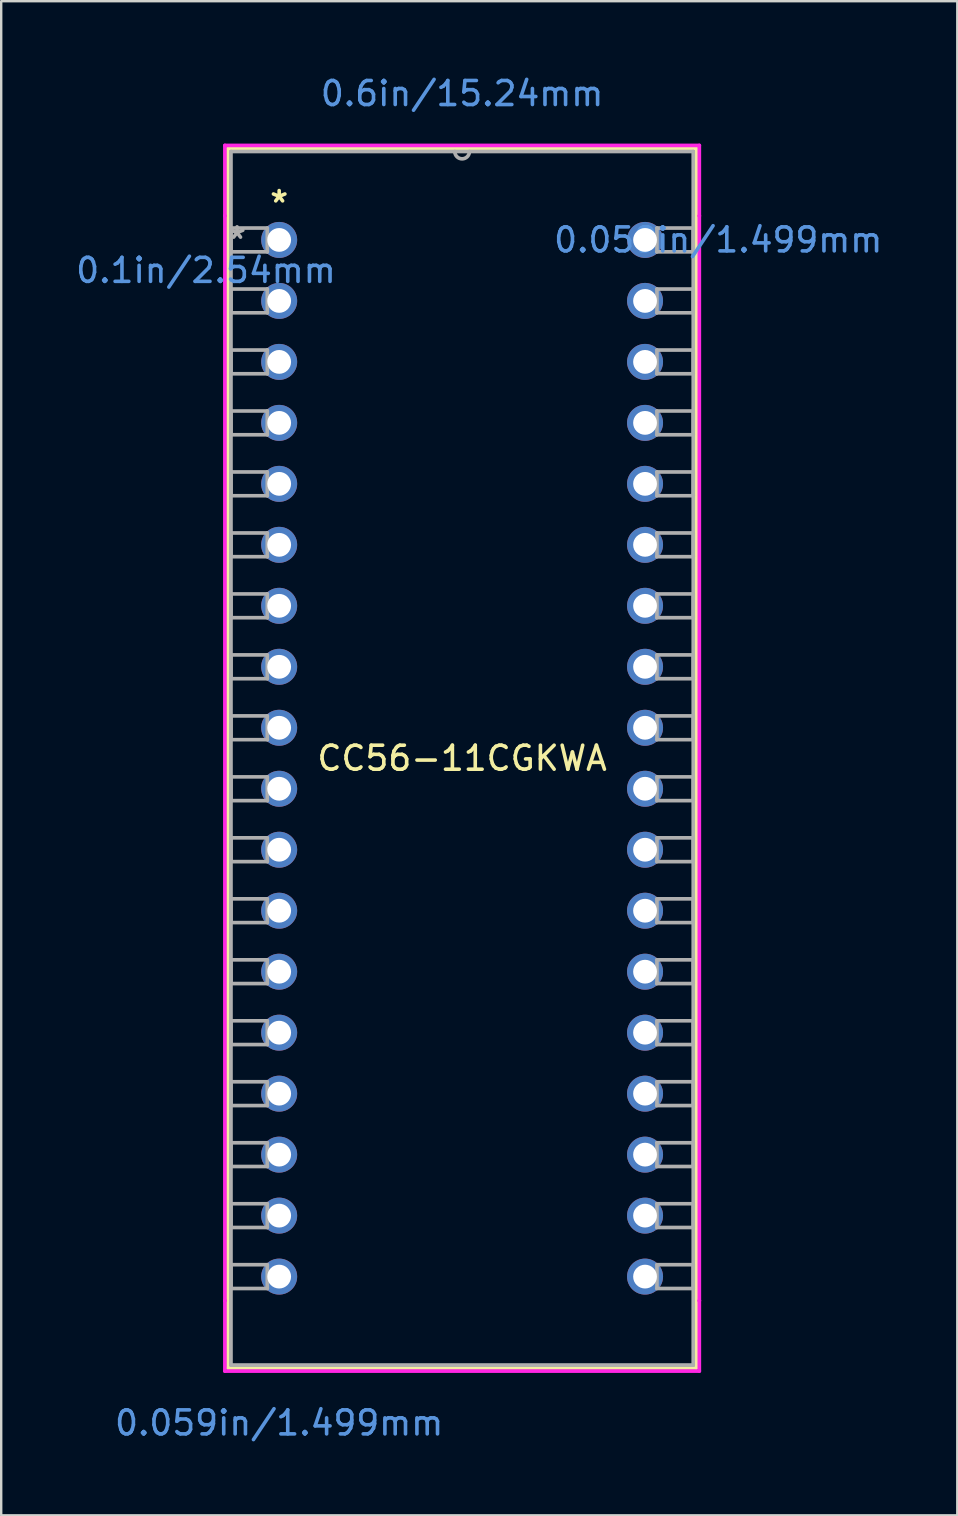
<source format=kicad_pcb>
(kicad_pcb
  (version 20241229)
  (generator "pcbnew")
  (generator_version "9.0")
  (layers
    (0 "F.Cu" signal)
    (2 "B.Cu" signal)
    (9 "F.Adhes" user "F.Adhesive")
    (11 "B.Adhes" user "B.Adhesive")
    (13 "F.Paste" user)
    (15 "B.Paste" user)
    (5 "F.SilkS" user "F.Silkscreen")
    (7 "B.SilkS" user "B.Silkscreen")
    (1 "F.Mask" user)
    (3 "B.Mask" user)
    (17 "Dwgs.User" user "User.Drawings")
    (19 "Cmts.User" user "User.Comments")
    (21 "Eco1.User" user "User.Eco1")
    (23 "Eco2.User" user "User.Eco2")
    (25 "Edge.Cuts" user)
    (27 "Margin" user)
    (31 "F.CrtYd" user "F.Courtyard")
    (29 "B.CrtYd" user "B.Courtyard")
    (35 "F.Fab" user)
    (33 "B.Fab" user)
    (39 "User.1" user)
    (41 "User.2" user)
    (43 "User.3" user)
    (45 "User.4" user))
  (footprint "CC56-11CGKWA"
    (layer "F.Cu")
    (at 8.578 6.944)
    (property "Reference" "CC56-11CGKWA" (at 7.62 21.59 0) (layer "F.SilkS") (effects (font (size 1 1) (thickness 0.15))))
    (attr through_hole)
    (fp_line (start -2.134 -3.81) (end -2.134 46.99) (stroke (width 0.152) (type solid)) (layer "F.SilkS"))
    (fp_line (start -2.134 46.99) (end 17.374 46.99) (stroke (width 0.152) (type solid)) (layer "F.SilkS"))
    (fp_line (start 17.374 -3.81) (end -2.134 -3.81) (stroke (width 0.152) (type solid)) (layer "F.SilkS"))
    (fp_line (start 17.374 46.99) (end 17.374 -3.81) (stroke (width 0.152) (type solid)) (layer "F.SilkS"))
    (fp_line (start -2.261 -3.937) (end 17.501 -3.937) (stroke (width 0.152) (type solid)) (layer "F.CrtYd"))
    (fp_line (start -2.261 -1.003) (end -2.261 -3.937) (stroke (width 0.152) (type solid)) (layer "F.CrtYd"))
    (fp_line (start -2.261 -1.003) (end -2.261 -1.003) (stroke (width 0.152) (type solid)) (layer "F.CrtYd"))
    (fp_line (start -2.261 44.183) (end -2.261 -1.003) (stroke (width 0.152) (type solid)) (layer "F.CrtYd"))
    (fp_line (start -2.261 44.183) (end -2.261 44.183) (stroke (width 0.152) (type solid)) (layer "F.CrtYd"))
    (fp_line (start -2.261 47.117) (end -2.261 44.183) (stroke (width 0.152) (type solid)) (layer "F.CrtYd"))
    (fp_line (start 17.501 -3.937) (end 17.501 -1.003) (stroke (width 0.152) (type solid)) (layer "F.CrtYd"))
    (fp_line (start 17.501 -1.003) (end 17.501 -1.003) (stroke (width 0.152) (type solid)) (layer "F.CrtYd"))
    (fp_line (start 17.501 -1.003) (end 17.501 44.183) (stroke (width 0.152) (type solid)) (layer "F.CrtYd"))
    (fp_line (start 17.501 44.183) (end 17.501 44.183) (stroke (width 0.152) (type solid)) (layer "F.CrtYd"))
    (fp_line (start 17.501 44.183) (end 17.501 47.117) (stroke (width 0.152) (type solid)) (layer "F.CrtYd"))
    (fp_line (start 17.501 47.117) (end -2.261 47.117) (stroke (width 0.152) (type solid)) (layer "F.CrtYd"))
    (fp_line (start -2.007 -3.683) (end -2.007 46.863) (stroke (width 0.152) (type solid)) (layer "F.Fab"))
    (fp_line (start -2.007 -0.495) (end -0.495 -0.495) (stroke (width 0.152) (type solid)) (layer "F.Fab"))
    (fp_line (start -2.007 0.495) (end -2.007 -0.495) (stroke (width 0.152) (type solid)) (layer "F.Fab"))
    (fp_line (start -2.007 2.045) (end -0.495 2.045) (stroke (width 0.152) (type solid)) (layer "F.Fab"))
    (fp_line (start -2.007 3.035) (end -2.007 2.045) (stroke (width 0.152) (type solid)) (layer "F.Fab"))
    (fp_line (start -2.007 4.585) (end -0.495 4.585) (stroke (width 0.152) (type solid)) (layer "F.Fab"))
    (fp_line (start -2.007 5.575) (end -2.007 4.585) (stroke (width 0.152) (type solid)) (layer "F.Fab"))
    (fp_line (start -2.007 7.125) (end -0.495 7.125) (stroke (width 0.152) (type solid)) (layer "F.Fab"))
    (fp_line (start -2.007 8.115) (end -2.007 7.125) (stroke (width 0.152) (type solid)) (layer "F.Fab"))
    (fp_line (start -2.007 9.665) (end -0.495 9.665) (stroke (width 0.152) (type solid)) (layer "F.Fab"))
    (fp_line (start -2.007 10.655) (end -2.007 9.665) (stroke (width 0.152) (type solid)) (layer "F.Fab"))
    (fp_line (start -2.007 12.205) (end -0.495 12.205) (stroke (width 0.152) (type solid)) (layer "F.Fab"))
    (fp_line (start -2.007 13.195) (end -2.007 12.205) (stroke (width 0.152) (type solid)) (layer "F.Fab"))
    (fp_line (start -2.007 14.745) (end -0.495 14.745) (stroke (width 0.152) (type solid)) (layer "F.Fab"))
    (fp_line (start -2.007 15.735) (end -2.007 14.745) (stroke (width 0.152) (type solid)) (layer "F.Fab"))
    (fp_line (start -2.007 17.285) (end -0.495 17.285) (stroke (width 0.152) (type solid)) (layer "F.Fab"))
    (fp_line (start -2.007 18.275) (end -2.007 17.285) (stroke (width 0.152) (type solid)) (layer "F.Fab"))
    (fp_line (start -2.007 19.825) (end -0.495 19.825) (stroke (width 0.152) (type solid)) (layer "F.Fab"))
    (fp_line (start -2.007 20.815) (end -2.007 19.825) (stroke (width 0.152) (type solid)) (layer "F.Fab"))
    (fp_line (start -2.007 22.365) (end -0.495 22.365) (stroke (width 0.152) (type solid)) (layer "F.Fab"))
    (fp_line (start -2.007 23.355) (end -2.007 22.365) (stroke (width 0.152) (type solid)) (layer "F.Fab"))
    (fp_line (start -2.007 24.905) (end -0.495 24.905) (stroke (width 0.152) (type solid)) (layer "F.Fab"))
    (fp_line (start -2.007 25.895) (end -2.007 24.905) (stroke (width 0.152) (type solid)) (layer "F.Fab"))
    (fp_line (start -2.007 27.445) (end -0.495 27.445) (stroke (width 0.152) (type solid)) (layer "F.Fab"))
    (fp_line (start -2.007 28.435) (end -2.007 27.445) (stroke (width 0.152) (type solid)) (layer "F.Fab"))
    (fp_line (start -2.007 29.985) (end -0.495 29.985) (stroke (width 0.152) (type solid)) (layer "F.Fab"))
    (fp_line (start -2.007 30.975) (end -2.007 29.985) (stroke (width 0.152) (type solid)) (layer "F.Fab"))
    (fp_line (start -2.007 32.525) (end -0.495 32.525) (stroke (width 0.152) (type solid)) (layer "F.Fab"))
    (fp_line (start -2.007 33.515) (end -2.007 32.525) (stroke (width 0.152) (type solid)) (layer "F.Fab"))
    (fp_line (start -2.007 35.065) (end -0.495 35.065) (stroke (width 0.152) (type solid)) (layer "F.Fab"))
    (fp_line (start -2.007 36.055) (end -2.007 35.065) (stroke (width 0.152) (type solid)) (layer "F.Fab"))
    (fp_line (start -2.007 37.605) (end -0.495 37.605) (stroke (width 0.152) (type solid)) (layer "F.Fab"))
    (fp_line (start -2.007 38.595) (end -2.007 37.605) (stroke (width 0.152) (type solid)) (layer "F.Fab"))
    (fp_line (start -2.007 40.145) (end -0.495 40.145) (stroke (width 0.152) (type solid)) (layer "F.Fab"))
    (fp_line (start -2.007 41.135) (end -2.007 40.145) (stroke (width 0.152) (type solid)) (layer "F.Fab"))
    (fp_line (start -2.007 42.685) (end -0.495 42.685) (stroke (width 0.152) (type solid)) (layer "F.Fab"))
    (fp_line (start -2.007 43.675) (end -2.007 42.685) (stroke (width 0.152) (type solid)) (layer "F.Fab"))
    (fp_line (start -2.007 46.863) (end 17.247 46.863) (stroke (width 0.152) (type solid)) (layer "F.Fab"))
    (fp_line (start -0.495 -0.495) (end -0.495 0.495) (stroke (width 0.152) (type solid)) (layer "F.Fab"))
    (fp_line (start -0.495 0.495) (end -2.007 0.495) (stroke (width 0.152) (type solid)) (layer "F.Fab"))
    (fp_line (start -0.495 2.045) (end -0.495 3.035) (stroke (width 0.152) (type solid)) (layer "F.Fab"))
    (fp_line (start -0.495 3.035) (end -2.007 3.035) (stroke (width 0.152) (type solid)) (layer "F.Fab"))
    (fp_line (start -0.495 4.585) (end -0.495 5.575) (stroke (width 0.152) (type solid)) (layer "F.Fab"))
    (fp_line (start -0.495 5.575) (end -2.007 5.575) (stroke (width 0.152) (type solid)) (layer "F.Fab"))
    (fp_line (start -0.495 7.125) (end -0.495 8.115) (stroke (width 0.152) (type solid)) (layer "F.Fab"))
    (fp_line (start -0.495 8.115) (end -2.007 8.115) (stroke (width 0.152) (type solid)) (layer "F.Fab"))
    (fp_line (start -0.495 9.665) (end -0.495 10.655) (stroke (width 0.152) (type solid)) (layer "F.Fab"))
    (fp_line (start -0.495 10.655) (end -2.007 10.655) (stroke (width 0.152) (type solid)) (layer "F.Fab"))
    (fp_line (start -0.495 12.205) (end -0.495 13.195) (stroke (width 0.152) (type solid)) (layer "F.Fab"))
    (fp_line (start -0.495 13.195) (end -2.007 13.195) (stroke (width 0.152) (type solid)) (layer "F.Fab"))
    (fp_line (start -0.495 14.745) (end -0.495 15.735) (stroke (width 0.152) (type solid)) (layer "F.Fab"))
    (fp_line (start -0.495 15.735) (end -2.007 15.735) (stroke (width 0.152) (type solid)) (layer "F.Fab"))
    (fp_line (start -0.495 17.285) (end -0.495 18.275) (stroke (width 0.152) (type solid)) (layer "F.Fab"))
    (fp_line (start -0.495 18.275) (end -2.007 18.275) (stroke (width 0.152) (type solid)) (layer "F.Fab"))
    (fp_line (start -0.495 19.825) (end -0.495 20.815) (stroke (width 0.152) (type solid)) (layer "F.Fab"))
    (fp_line (start -0.495 20.815) (end -2.007 20.815) (stroke (width 0.152) (type solid)) (layer "F.Fab"))
    (fp_line (start -0.495 22.365) (end -0.495 23.355) (stroke (width 0.152) (type solid)) (layer "F.Fab"))
    (fp_line (start -0.495 23.355) (end -2.007 23.355) (stroke (width 0.152) (type solid)) (layer "F.Fab"))
    (fp_line (start -0.495 24.905) (end -0.495 25.895) (stroke (width 0.152) (type solid)) (layer "F.Fab"))
    (fp_line (start -0.495 25.895) (end -2.007 25.895) (stroke (width 0.152) (type solid)) (layer "F.Fab"))
    (fp_line (start -0.495 27.445) (end -0.495 28.435) (stroke (width 0.152) (type solid)) (layer "F.Fab"))
    (fp_line (start -0.495 28.435) (end -2.007 28.435) (stroke (width 0.152) (type solid)) (layer "F.Fab"))
    (fp_line (start -0.495 29.985) (end -0.495 30.975) (stroke (width 0.152) (type solid)) (layer "F.Fab"))
    (fp_line (start -0.495 30.975) (end -2.007 30.975) (stroke (width 0.152) (type solid)) (layer "F.Fab"))
    (fp_line (start -0.495 32.525) (end -0.495 33.515) (stroke (width 0.152) (type solid)) (layer "F.Fab"))
    (fp_line (start -0.495 33.515) (end -2.007 33.515) (stroke (width 0.152) (type solid)) (layer "F.Fab"))
    (fp_line (start -0.495 35.065) (end -0.495 36.055) (stroke (width 0.152) (type solid)) (layer "F.Fab"))
    (fp_line (start -0.495 36.055) (end -2.007 36.055) (stroke (width 0.152) (type solid)) (layer "F.Fab"))
    (fp_line (start -0.495 37.605) (end -0.495 38.595) (stroke (width 0.152) (type solid)) (layer "F.Fab"))
    (fp_line (start -0.495 38.595) (end -2.007 38.595) (stroke (width 0.152) (type solid)) (layer "F.Fab"))
    (fp_line (start -0.495 40.145) (end -0.495 41.135) (stroke (width 0.152) (type solid)) (layer "F.Fab"))
    (fp_line (start -0.495 41.135) (end -2.007 41.135) (stroke (width 0.152) (type solid)) (layer "F.Fab"))
    (fp_line (start -0.495 42.685) (end -0.495 43.675) (stroke (width 0.152) (type solid)) (layer "F.Fab"))
    (fp_line (start -0.495 43.675) (end -2.007 43.675) (stroke (width 0.152) (type solid)) (layer "F.Fab"))
    (fp_line (start 15.735 -0.495) (end 17.247 -0.495) (stroke (width 0.152) (type solid)) (layer "F.Fab"))
    (fp_line (start 15.735 0.495) (end 15.735 -0.495) (stroke (width 0.152) (type solid)) (layer "F.Fab"))
    (fp_line (start 15.735 2.045) (end 17.247 2.045) (stroke (width 0.152) (type solid)) (layer "F.Fab"))
    (fp_line (start 15.735 3.035) (end 15.735 2.045) (stroke (width 0.152) (type solid)) (layer "F.Fab"))
    (fp_line (start 15.735 4.585) (end 17.247 4.585) (stroke (width 0.152) (type solid)) (layer "F.Fab"))
    (fp_line (start 15.735 5.575) (end 15.735 4.585) (stroke (width 0.152) (type solid)) (layer "F.Fab"))
    (fp_line (start 15.735 7.125) (end 17.247 7.125) (stroke (width 0.152) (type solid)) (layer "F.Fab"))
    (fp_line (start 15.735 8.115) (end 15.735 7.125) (stroke (width 0.152) (type solid)) (layer "F.Fab"))
    (fp_line (start 15.735 9.665) (end 17.247 9.665) (stroke (width 0.152) (type solid)) (layer "F.Fab"))
    (fp_line (start 15.735 10.655) (end 15.735 9.665) (stroke (width 0.152) (type solid)) (layer "F.Fab"))
    (fp_line (start 15.735 12.205) (end 17.247 12.205) (stroke (width 0.152) (type solid)) (layer "F.Fab"))
    (fp_line (start 15.735 13.195) (end 15.735 12.205) (stroke (width 0.152) (type solid)) (layer "F.Fab"))
    (fp_line (start 15.735 14.745) (end 17.247 14.745) (stroke (width 0.152) (type solid)) (layer "F.Fab"))
    (fp_line (start 15.735 15.735) (end 15.735 14.745) (stroke (width 0.152) (type solid)) (layer "F.Fab"))
    (fp_line (start 15.735 17.285) (end 17.247 17.285) (stroke (width 0.152) (type solid)) (layer "F.Fab"))
    (fp_line (start 15.735 18.275) (end 15.735 17.285) (stroke (width 0.152) (type solid)) (layer "F.Fab"))
    (fp_line (start 15.735 19.825) (end 17.247 19.825) (stroke (width 0.152) (type solid)) (layer "F.Fab"))
    (fp_line (start 15.735 20.815) (end 15.735 19.825) (stroke (width 0.152) (type solid)) (layer "F.Fab"))
    (fp_line (start 15.735 22.365) (end 17.247 22.365) (stroke (width 0.152) (type solid)) (layer "F.Fab"))
    (fp_line (start 15.735 23.355) (end 15.735 22.365) (stroke (width 0.152) (type solid)) (layer "F.Fab"))
    (fp_line (start 15.735 24.905) (end 17.247 24.905) (stroke (width 0.152) (type solid)) (layer "F.Fab"))
    (fp_line (start 15.735 25.895) (end 15.735 24.905) (stroke (width 0.152) (type solid)) (layer "F.Fab"))
    (fp_line (start 15.735 27.445) (end 17.247 27.445) (stroke (width 0.152) (type solid)) (layer "F.Fab"))
    (fp_line (start 15.735 28.435) (end 15.735 27.445) (stroke (width 0.152) (type solid)) (layer "F.Fab"))
    (fp_line (start 15.735 29.985) (end 17.247 29.985) (stroke (width 0.152) (type solid)) (layer "F.Fab"))
    (fp_line (start 15.735 30.975) (end 15.735 29.985) (stroke (width 0.152) (type solid)) (layer "F.Fab"))
    (fp_line (start 15.735 32.525) (end 17.247 32.525) (stroke (width 0.152) (type solid)) (layer "F.Fab"))
    (fp_line (start 15.735 33.515) (end 15.735 32.525) (stroke (width 0.152) (type solid)) (layer "F.Fab"))
    (fp_line (start 15.735 35.065) (end 17.247 35.065) (stroke (width 0.152) (type solid)) (layer "F.Fab"))
    (fp_line (start 15.735 36.055) (end 15.735 35.065) (stroke (width 0.152) (type solid)) (layer "F.Fab"))
    (fp_line (start 15.735 37.605) (end 17.247 37.605) (stroke (width 0.152) (type solid)) (layer "F.Fab"))
    (fp_line (start 15.735 38.595) (end 15.735 37.605) (stroke (width 0.152) (type solid)) (layer "F.Fab"))
    (fp_line (start 15.735 40.145) (end 17.247 40.145) (stroke (width 0.152) (type solid)) (layer "F.Fab"))
    (fp_line (start 15.735 41.135) (end 15.735 40.145) (stroke (width 0.152) (type solid)) (layer "F.Fab"))
    (fp_line (start 15.735 42.685) (end 17.247 42.685) (stroke (width 0.152) (type solid)) (layer "F.Fab"))
    (fp_line (start 15.735 43.675) (end 15.735 42.685) (stroke (width 0.152) (type solid)) (layer "F.Fab"))
    (fp_line (start 17.247 -3.683) (end -2.007 -3.683) (stroke (width 0.152) (type solid)) (layer "F.Fab"))
    (fp_line (start 17.247 -0.495) (end 17.247 0.495) (stroke (width 0.152) (type solid)) (layer "F.Fab"))
    (fp_line (start 17.247 0.495) (end 15.735 0.495) (stroke (width 0.152) (type solid)) (layer "F.Fab"))
    (fp_line (start 17.247 2.045) (end 17.247 3.035) (stroke (width 0.152) (type solid)) (layer "F.Fab"))
    (fp_line (start 17.247 3.035) (end 15.735 3.035) (stroke (width 0.152) (type solid)) (layer "F.Fab"))
    (fp_line (start 17.247 4.585) (end 17.247 5.575) (stroke (width 0.152) (type solid)) (layer "F.Fab"))
    (fp_line (start 17.247 5.575) (end 15.735 5.575) (stroke (width 0.152) (type solid)) (layer "F.Fab"))
    (fp_line (start 17.247 7.125) (end 17.247 8.115) (stroke (width 0.152) (type solid)) (layer "F.Fab"))
    (fp_line (start 17.247 8.115) (end 15.735 8.115) (stroke (width 0.152) (type solid)) (layer "F.Fab"))
    (fp_line (start 17.247 9.665) (end 17.247 10.655) (stroke (width 0.152) (type solid)) (layer "F.Fab"))
    (fp_line (start 17.247 10.655) (end 15.735 10.655) (stroke (width 0.152) (type solid)) (layer "F.Fab"))
    (fp_line (start 17.247 12.205) (end 17.247 13.195) (stroke (width 0.152) (type solid)) (layer "F.Fab"))
    (fp_line (start 17.247 13.195) (end 15.735 13.195) (stroke (width 0.152) (type solid)) (layer "F.Fab"))
    (fp_line (start 17.247 14.745) (end 17.247 15.735) (stroke (width 0.152) (type solid)) (layer "F.Fab"))
    (fp_line (start 17.247 15.735) (end 15.735 15.735) (stroke (width 0.152) (type solid)) (layer "F.Fab"))
    (fp_line (start 17.247 17.285) (end 17.247 18.275) (stroke (width 0.152) (type solid)) (layer "F.Fab"))
    (fp_line (start 17.247 18.275) (end 15.735 18.275) (stroke (width 0.152) (type solid)) (layer "F.Fab"))
    (fp_line (start 17.247 19.825) (end 17.247 20.815) (stroke (width 0.152) (type solid)) (layer "F.Fab"))
    (fp_line (start 17.247 20.815) (end 15.735 20.815) (stroke (width 0.152) (type solid)) (layer "F.Fab"))
    (fp_line (start 17.247 22.365) (end 17.247 23.355) (stroke (width 0.152) (type solid)) (layer "F.Fab"))
    (fp_line (start 17.247 23.355) (end 15.735 23.355) (stroke (width 0.152) (type solid)) (layer "F.Fab"))
    (fp_line (start 17.247 24.905) (end 17.247 25.895) (stroke (width 0.152) (type solid)) (layer "F.Fab"))
    (fp_line (start 17.247 25.895) (end 15.735 25.895) (stroke (width 0.152) (type solid)) (layer "F.Fab"))
    (fp_line (start 17.247 27.445) (end 17.247 28.435) (stroke (width 0.152) (type solid)) (layer "F.Fab"))
    (fp_line (start 17.247 28.435) (end 15.735 28.435) (stroke (width 0.152) (type solid)) (layer "F.Fab"))
    (fp_line (start 17.247 29.985) (end 17.247 30.975) (stroke (width 0.152) (type solid)) (layer "F.Fab"))
    (fp_line (start 17.247 30.975) (end 15.735 30.975) (stroke (width 0.152) (type solid)) (layer "F.Fab"))
    (fp_line (start 17.247 32.525) (end 17.247 33.515) (stroke (width 0.152) (type solid)) (layer "F.Fab"))
    (fp_line (start 17.247 33.515) (end 15.735 33.515) (stroke (width 0.152) (type solid)) (layer "F.Fab"))
    (fp_line (start 17.247 35.065) (end 17.247 36.055) (stroke (width 0.152) (type solid)) (layer "F.Fab"))
    (fp_line (start 17.247 36.055) (end 15.735 36.055) (stroke (width 0.152) (type solid)) (layer "F.Fab"))
    (fp_line (start 17.247 37.605) (end 17.247 38.595) (stroke (width 0.152) (type solid)) (layer "F.Fab"))
    (fp_line (start 17.247 38.595) (end 15.735 38.595) (stroke (width 0.152) (type solid)) (layer "F.Fab"))
    (fp_line (start 17.247 40.145) (end 17.247 41.135) (stroke (width 0.152) (type solid)) (layer "F.Fab"))
    (fp_line (start 17.247 41.135) (end 15.735 41.135) (stroke (width 0.152) (type solid)) (layer "F.Fab"))
    (fp_line (start 17.247 42.685) (end 17.247 43.675) (stroke (width 0.152) (type solid)) (layer "F.Fab"))
    (fp_line (start 17.247 43.675) (end 15.735 43.675) (stroke (width 0.152) (type solid)) (layer "F.Fab"))
    (fp_line (start 17.247 46.863) (end 17.247 -3.683) (stroke (width 0.152) (type solid)) (layer "F.Fab"))
    (fp_arc (start 7.9248 -3.683) (mid 7.62 -3.3782) (end 7.3152 -3.683) (stroke (width 0.1524) (type solid)) (layer "F.Fab"))
    (fp_text user "*" (at 0 -1.511 0) (layer "F.SilkS") (effects (font (size 1 1) (thickness 0.15))))
    (fp_text user "0.059in/1.499mm" (at 0 49.276 0) (layer "Cmts.User") (effects (font (size 1 1) (thickness 0.15))))
    (fp_text user "0.059in/1.499mm" (at 18.288 0 0) (layer "Cmts.User") (effects (font (size 1 1) (thickness 0.15))))
    (fp_text user "Copyright 2016 Accelerated Designs. All rights reserved." (at 0 0 0) (layer "Cmts.User") (effects (font (size 0.127 0.127) (thickness 0.002))))
    (fp_text user "0.6in/15.24mm" (at 7.62 -6.096 0) (layer "Cmts.User") (effects (font (size 1 1) (thickness 0.15))))
    (fp_text user "0.1in/2.54mm" (at -3.048 1.27 0) (layer "Cmts.User") (effects (font (size 1 1) (thickness 0.15))))
    (fp_text user "*" (at -1.753 0 0) (layer "F.Fab") (effects (font (size 1 1) (thickness 0.15))))
    (pad "1" thru_hole circle (at 0 0) (size 1.499 1.499) (drill 0.991) (layers "*.Cu" "*.Mask"))
    (pad "2" thru_hole circle (at 0 2.54) (size 1.499 1.499) (drill 0.991) (layers "*.Cu" "*.Mask"))
    (pad "3" thru_hole circle (at 0 5.08) (size 1.499 1.499) (drill 0.991) (layers "*.Cu" "*.Mask"))
    (pad "4" thru_hole circle (at 0 7.62) (size 1.499 1.499) (drill 0.991) (layers "*.Cu" "*.Mask"))
    (pad "5" thru_hole circle (at 0 10.16) (size 1.499 1.499) (drill 0.991) (layers "*.Cu" "*.Mask"))
    (pad "6" thru_hole circle (at 0 12.7) (size 1.499 1.499) (drill 0.991) (layers "*.Cu" "*.Mask"))
    (pad "7" thru_hole circle (at 0 15.24) (size 1.499 1.499) (drill 0.991) (layers "*.Cu" "*.Mask"))
    (pad "8" thru_hole circle (at 0 17.78) (size 1.499 1.499) (drill 0.991) (layers "*.Cu" "*.Mask"))
    (pad "9" thru_hole circle (at 0 20.32) (size 1.499 1.499) (drill 0.991) (layers "*.Cu" "*.Mask"))
    (pad "10" thru_hole circle (at 0 22.86) (size 1.499 1.499) (drill 0.991) (layers "*.Cu" "*.Mask"))
    (pad "11" thru_hole circle (at 0 25.4) (size 1.499 1.499) (drill 0.991) (layers "*.Cu" "*.Mask"))
    (pad "12" thru_hole circle (at 0 27.94) (size 1.499 1.499) (drill 0.991) (layers "*.Cu" "*.Mask"))
    (pad "13" thru_hole circle (at 0 30.48) (size 1.499 1.499) (drill 0.991) (layers "*.Cu" "*.Mask"))
    (pad "14" thru_hole circle (at 0 33.02) (size 1.499 1.499) (drill 0.991) (layers "*.Cu" "*.Mask"))
    (pad "15" thru_hole circle (at 0 35.56) (size 1.499 1.499) (drill 0.991) (layers "*.Cu" "*.Mask"))
    (pad "16" thru_hole circle (at 0 38.1) (size 1.499 1.499) (drill 0.991) (layers "*.Cu" "*.Mask"))
    (pad "17" thru_hole circle (at 0 40.64) (size 1.499 1.499) (drill 0.991) (layers "*.Cu" "*.Mask"))
    (pad "18" thru_hole circle (at 0 43.18) (size 1.499 1.499) (drill 0.991) (layers "*.Cu" "*.Mask"))
    (pad "19" thru_hole circle (at 15.24 43.18) (size 1.499 1.499) (drill 0.991) (layers "*.Cu" "*.Mask"))
    (pad "20" thru_hole circle (at 15.24 40.64) (size 1.499 1.499) (drill 0.991) (layers "*.Cu" "*.Mask"))
    (pad "21" thru_hole circle (at 15.24 38.1) (size 1.499 1.499) (drill 0.991) (layers "*.Cu" "*.Mask"))
    (pad "22" thru_hole circle (at 15.24 35.56) (size 1.499 1.499) (drill 0.991) (layers "*.Cu" "*.Mask"))
    (pad "23" thru_hole circle (at 15.24 33.02) (size 1.499 1.499) (drill 0.991) (layers "*.Cu" "*.Mask"))
    (pad "24" thru_hole circle (at 15.24 30.48) (size 1.499 1.499) (drill 0.991) (layers "*.Cu" "*.Mask"))
    (pad "25" thru_hole circle (at 15.24 27.94) (size 1.499 1.499) (drill 0.991) (layers "*.Cu" "*.Mask"))
    (pad "26" thru_hole circle (at 15.24 25.4) (size 1.499 1.499) (drill 0.991) (layers "*.Cu" "*.Mask"))
    (pad "27" thru_hole circle (at 15.24 22.86) (size 1.499 1.499) (drill 0.991) (layers "*.Cu" "*.Mask"))
    (pad "28" thru_hole circle (at 15.24 20.32) (size 1.499 1.499) (drill 0.991) (layers "*.Cu" "*.Mask"))
    (pad "29" thru_hole circle (at 15.24 17.78) (size 1.499 1.499) (drill 0.991) (layers "*.Cu" "*.Mask"))
    (pad "30" thru_hole circle (at 15.24 15.24) (size 1.499 1.499) (drill 0.991) (layers "*.Cu" "*.Mask"))
    (pad "31" thru_hole circle (at 15.24 12.7) (size 1.499 1.499) (drill 0.991) (layers "*.Cu" "*.Mask"))
    (pad "32" thru_hole circle (at 15.24 10.16) (size 1.499 1.499) (drill 0.991) (layers "*.Cu" "*.Mask"))
    (pad "33" thru_hole circle (at 15.24 7.62) (size 1.499 1.499) (drill 0.991) (layers "*.Cu" "*.Mask"))
    (pad "34" thru_hole circle (at 15.24 5.08) (size 1.499 1.499) (drill 0.991) (layers "*.Cu" "*.Mask"))
    (pad "35" thru_hole circle (at 15.24 2.54) (size 1.499 1.499) (drill 0.991) (layers "*.Cu" "*.Mask"))
    (pad "36" thru_hole circle (at 15.24 0) (size 1.499 1.499) (drill 0.991) (layers "*.Cu" "*.Mask")))
  (gr_rect
    (start -3 -3)
    (end 36.824 60.069)
    (stroke (width 0.1) (type default))
    (fill no)
    (layer "Edge.Cuts")))
</source>
